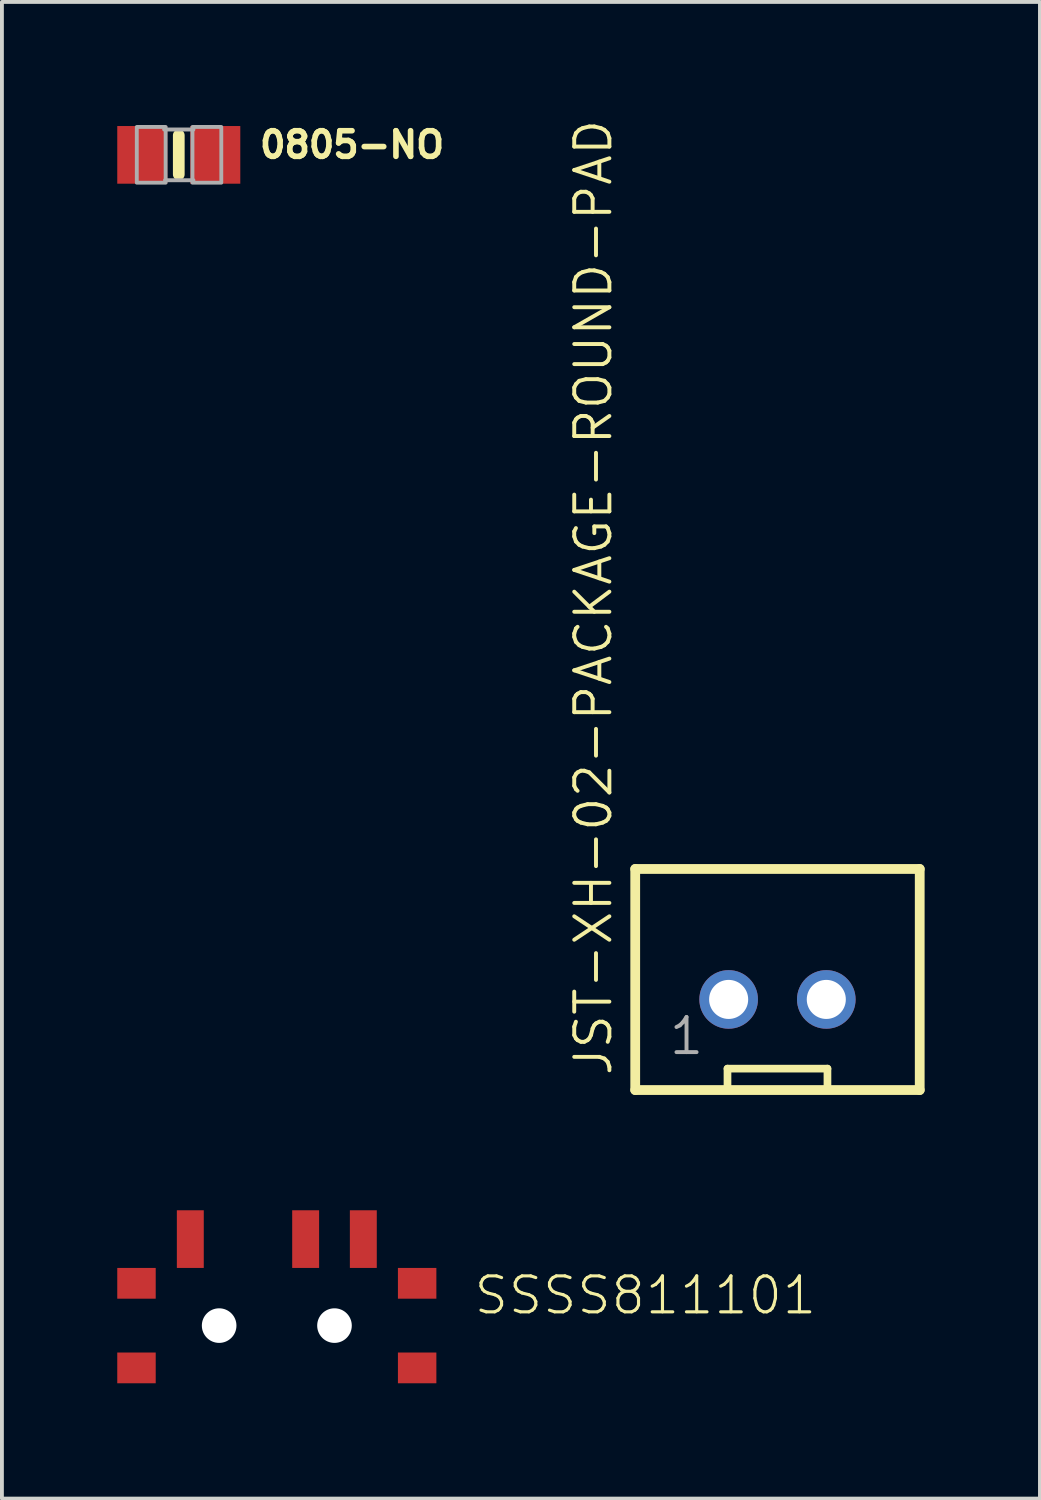
<source format=kicad_pcb>
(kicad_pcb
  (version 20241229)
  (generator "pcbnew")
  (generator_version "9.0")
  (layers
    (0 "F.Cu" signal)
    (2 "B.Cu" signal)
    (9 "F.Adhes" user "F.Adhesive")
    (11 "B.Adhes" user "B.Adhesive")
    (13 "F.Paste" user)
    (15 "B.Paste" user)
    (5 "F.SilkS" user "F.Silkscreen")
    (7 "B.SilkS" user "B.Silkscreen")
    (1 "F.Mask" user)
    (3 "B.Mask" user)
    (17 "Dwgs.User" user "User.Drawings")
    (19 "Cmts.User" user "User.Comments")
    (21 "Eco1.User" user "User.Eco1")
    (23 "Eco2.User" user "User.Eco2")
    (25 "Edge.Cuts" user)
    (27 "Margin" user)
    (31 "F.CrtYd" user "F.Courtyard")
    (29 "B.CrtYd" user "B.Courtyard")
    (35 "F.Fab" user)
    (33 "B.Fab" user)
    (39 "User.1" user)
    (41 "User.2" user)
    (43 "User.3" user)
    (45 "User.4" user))
  (footprint "JST-XH-02-PACKAGE-ROUND-PAD"
    (layer "F.Cu")
    (at 17.172 22.945)
    (property "Reference" "JST-XH-02-PACKAGE-ROUND-PAD" (at -4.255 2.04 90) (unlocked yes) (layer "F.SilkS") (effects (font (size 0.914 0.914) (thickness 0.102)) (justify left bottom)))
    (fp_line (start -3.7 -3.393) (end -3.7 2.357) (stroke (width 0.254) (type solid)) (layer "F.SilkS"))
    (fp_line (start -3.7 2.357) (end 3.7 2.357) (stroke (width 0.254) (type solid)) (layer "F.SilkS"))
    (fp_line (start -1.3 1.8) (end 1.3 1.8) (stroke (width 0.2) (type solid)) (layer "F.SilkS"))
    (fp_line (start -1.3 2.3) (end -1.3 1.8) (stroke (width 0.2) (type solid)) (layer "F.SilkS"))
    (fp_line (start 1.3 2.3) (end 1.3 1.8) (stroke (width 0.2) (type solid)) (layer "F.SilkS"))
    (fp_line (start 3.7 -3.393) (end -3.7 -3.393) (stroke (width 0.254) (type solid)) (layer "F.SilkS"))
    (fp_line (start 3.7 2.357) (end 3.7 -3.393) (stroke (width 0.254) (type solid)) (layer "F.SilkS"))
    (fp_text user "1" (at -2.868 1.488 0) (unlocked yes) (layer "F.Fab") (effects (font (size 0.914 0.914) (thickness 0.102)) (justify left bottom)))
    (pad "1" thru_hole circle (at -1.27 0 90) (size 1.524 1.524) (drill 1.016) (layers "*.Cu" "*.Mask"))
    (pad "2" thru_hole circle (at 1.27 0 90) (size 1.524 1.524) (drill 1.016) (layers "*.Cu" "*.Mask")))
  (footprint "SSSS811101"
    (layer "F.Cu")
    (at 4.15 31.429)
    (property "Reference" "SSSS811101" (at 5.08 -0.24 0) (unlocked yes) (layer "F.SilkS") (effects (font (size 0.935 0.935) (thickness 0.081)) (justify left bottom)))
    (pad "" np_thru_hole circle (at -1.5 0) (size 0.9 0.9) (drill 0.9) (layers "*.Cu" "*.Mask"))
    (pad "" np_thru_hole circle (at 1.5 0) (size 0.9 0.9) (drill 0.9) (layers "*.Cu" "*.Mask"))
    (pad "1" smd rect (at -2.25 -2.25) (size 0.7 1.5) (layers "F.Cu" "F.Mask" "F.Paste"))
    (pad "2" smd rect (at 0.75 -2.25) (size 0.7 1.5) (layers "F.Cu" "F.Mask" "F.Paste"))
    (pad "3" smd rect (at 2.25 -2.25) (size 0.7 1.5) (layers "F.Cu" "F.Mask" "F.Paste"))
    (pad "SHIELD@1" smd rect (at -3.65 -1.1 90) (size 0.8 1) (layers "F.Cu" "F.Mask" "F.Paste"))
    (pad "SHIELD@2" smd rect (at -3.65 1.1 90) (size 0.8 1) (layers "F.Cu" "F.Mask" "F.Paste"))
    (pad "SHIELD@3" smd rect (at 3.65 1.1 90) (size 0.8 1) (layers "F.Cu" "F.Mask" "F.Paste"))
    (pad "SHIELD@4" smd rect (at 3.65 -1.1 90) (size 0.8 1) (layers "F.Cu" "F.Mask" "F.Paste")))
  (footprint "0805-NO"
    (layer "F.Cu")
    (at 1.6 0.978)
    (property "Reference" "0805-NO" (at 2.032 0.127 0) (unlocked yes) (layer "F.SilkS") (effects (font (size 0.666 0.666) (thickness 0.146)) (justify left bottom)))
    (fp_line (start 0 -0.508) (end 0 0.508) (stroke (width 0.305) (type solid)) (layer "F.SilkS"))
    (fp_line (start -0.381 -0.66) (end 0.381 -0.66) (stroke (width 0.102) (type solid)) (layer "F.Fab"))
    (fp_line (start -0.356 0.66) (end 0.381 0.66) (stroke (width 0.102) (type solid)) (layer "F.Fab"))
    (fp_poly (pts (xy -1.092 0.724) (xy -0.342 0.724) (xy -0.342 -0.726) (xy -1.092 -0.726)) (stroke (width 0.1) (type default)) (fill no) (layer "F.Fab"))
    (fp_poly (pts (xy 0.356 0.724) (xy 1.106 0.724) (xy 1.106 -0.726) (xy 0.356 -0.726)) (stroke (width 0.1) (type default)) (fill no) (layer "F.Fab"))
    (pad "1" smd rect (at -0.95 0) (size 1.3 1.5) (layers "F.Cu" "F.Mask" "F.Paste"))
    (pad "2" smd rect (at 0.95 0) (size 1.3 1.5) (layers "F.Cu" "F.Mask" "F.Paste")))
  (gr_rect
    (start -3 -3)
    (end 23.999 35.929)
    (stroke (width 0.1) (type default))
    (fill no)
    (layer "Edge.Cuts")))
</source>
